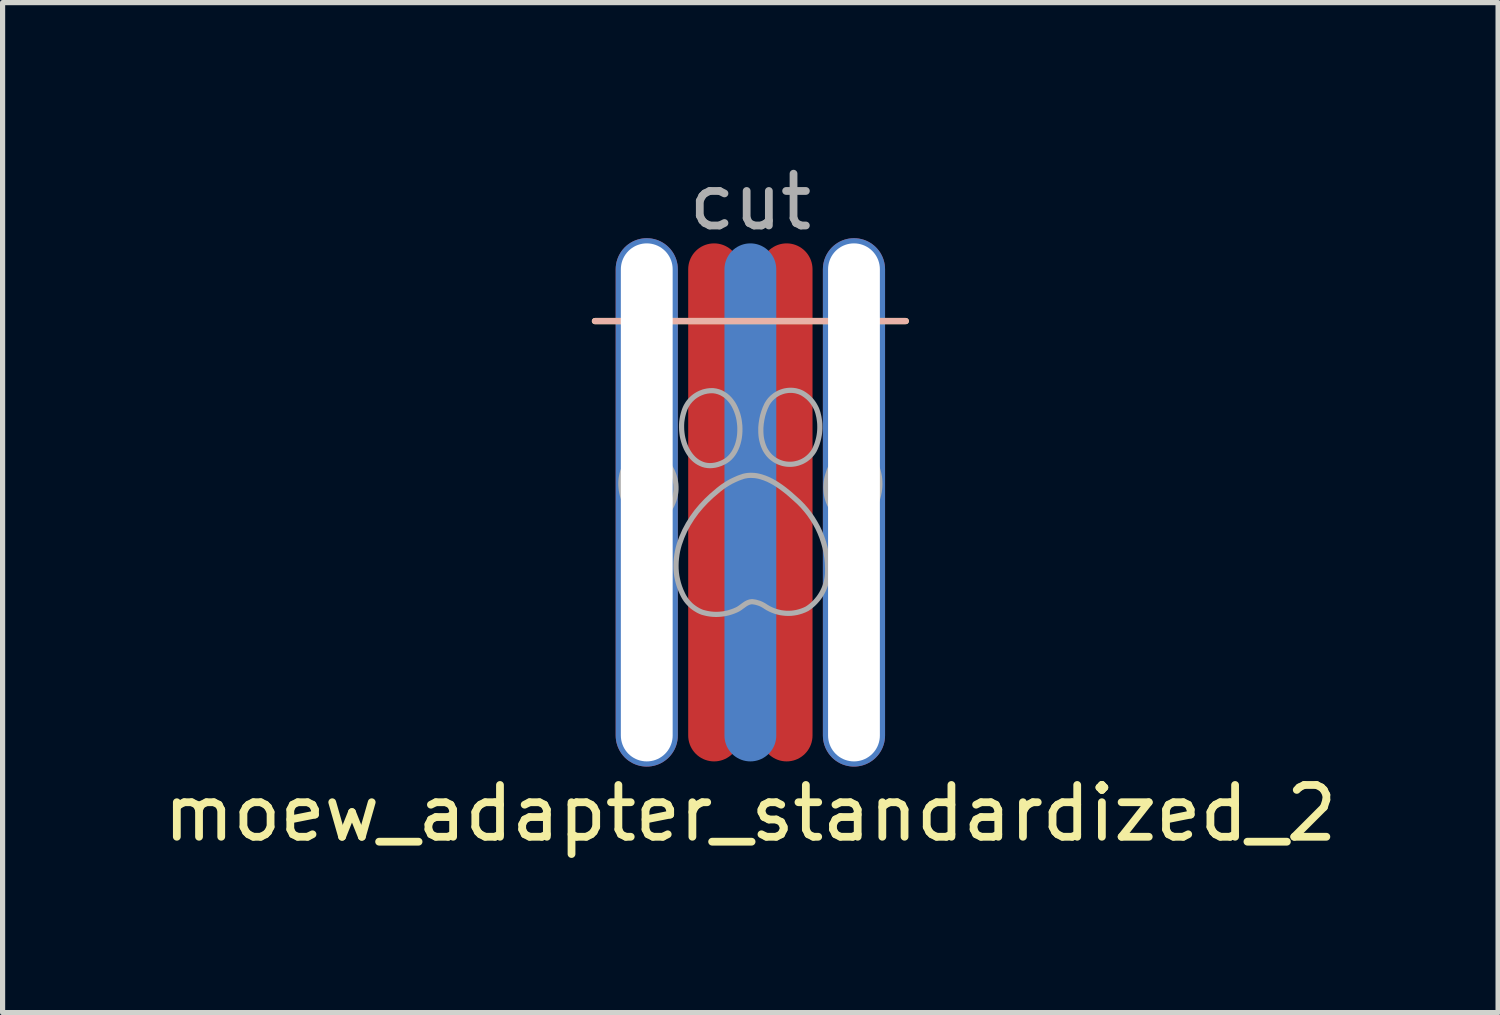
<source format=kicad_pcb>
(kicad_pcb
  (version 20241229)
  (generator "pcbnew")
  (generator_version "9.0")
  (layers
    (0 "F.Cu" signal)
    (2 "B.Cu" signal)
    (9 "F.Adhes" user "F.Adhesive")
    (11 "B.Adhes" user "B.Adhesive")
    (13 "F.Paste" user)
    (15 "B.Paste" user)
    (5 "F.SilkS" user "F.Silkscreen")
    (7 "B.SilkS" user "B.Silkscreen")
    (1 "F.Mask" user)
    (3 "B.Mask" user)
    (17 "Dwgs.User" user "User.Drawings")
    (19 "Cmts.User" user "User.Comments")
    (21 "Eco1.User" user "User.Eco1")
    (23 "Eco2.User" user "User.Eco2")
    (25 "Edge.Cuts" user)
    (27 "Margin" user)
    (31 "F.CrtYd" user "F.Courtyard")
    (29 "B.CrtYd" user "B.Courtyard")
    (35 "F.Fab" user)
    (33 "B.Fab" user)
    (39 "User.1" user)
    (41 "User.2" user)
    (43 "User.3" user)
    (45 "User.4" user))
  (footprint "moew_adapter_standardized_2"
    (layer "F.Cu")
    (at 11.435 6.648)
    (property "Reference" "moew_adapter_standardized_2" (at 0 6 0) (unlocked yes) (layer "F.SilkS") (effects (font (size 1 1) (thickness 0.15))))
    (attr smd)
    (fp_line (start -3 -3.5) (end 3 -3.5) (stroke (width 0.12) (type solid)) (layer "F.SilkS"))
    (fp_line (start 3 -3.5) (end -3 -3.5) (stroke (width 0.12) (type solid)) (layer "B.SilkS"))
    (fp_poly (pts (xy -1.283 -1.75) (xy -1.275 -1.774) (xy -1.267 -1.796) (xy -1.258 -1.818) (xy -1.248 -1.84) (xy -1.237 -1.861) (xy -1.225 -1.881) (xy -1.213 -1.901) (xy -1.2 -1.921) (xy -1.186 -1.939) (xy -1.171 -1.957) (xy -1.156 -1.975) (xy -1.139 -1.991) (xy -1.123 -2.007) (xy -1.105 -2.023) (xy -1.088 -2.037) (xy -1.069 -2.051) (xy -1.05 -2.064) (xy -1.03 -2.076) (xy -1.01 -2.088) (xy -0.99 -2.098) (xy -0.969 -2.108) (xy -0.947 -2.117) (xy -0.926 -2.125) (xy -0.904 -2.133) (xy -0.881 -2.139) (xy -0.858 -2.144) (xy -0.835 -2.149) (xy -0.812 -2.152) (xy -0.788 -2.155) (xy -0.764 -2.156) (xy -0.74 -2.157) (xy -0.716 -2.156) (xy -0.662 -2.148) (xy -0.611 -2.134) (xy -0.563 -2.115) (xy -0.518 -2.09) (xy -0.476 -2.062) (xy -0.436 -2.028) (xy -0.4 -1.991) (xy -0.367 -1.951) (xy -0.336 -1.907) (xy -0.309 -1.86) (xy -0.285 -1.81) (xy -0.264 -1.759) (xy -0.245 -1.705) (xy -0.23 -1.65) (xy -0.218 -1.594) (xy -0.21 -1.536) (xy -0.204 -1.479) (xy -0.202 -1.421) (xy -0.203 -1.363) (xy -0.207 -1.305) (xy -0.214 -1.249) (xy -0.225 -1.193) (xy -0.239 -1.139) (xy -0.256 -1.087) (xy -0.277 -1.037) (xy -0.301 -0.989) (xy -0.328 -0.945) (xy -0.359 -0.903) (xy -0.393 -0.865) (xy -0.431 -0.831) (xy -0.473 -0.801) (xy -0.517 -0.776) (xy -0.573 -0.751) (xy -0.627 -0.732) (xy -0.679 -0.719) (xy -0.73 -0.712) (xy -0.779 -0.709) (xy -0.826 -0.712) (xy -0.871 -0.719) (xy -0.915 -0.731) (xy -0.956 -0.748) (xy -0.996 -0.768) (xy -1.034 -0.792) (xy -1.069 -0.819) (xy -1.103 -0.85) (xy -1.134 -0.884) (xy -1.164 -0.921) (xy -1.191 -0.961) (xy -1.215 -1.002) (xy -1.238 -1.046) (xy -1.258 -1.092) (xy -1.276 -1.14) (xy -1.291 -1.189) (xy -1.304 -1.239) (xy -1.314 -1.29) (xy -1.321 -1.341) (xy -1.326 -1.393) (xy -1.328 -1.446) (xy -1.328 -1.498) (xy -1.325 -1.55) (xy -1.318 -1.601) (xy -1.309 -1.652) (xy -1.297 -1.702) (xy -1.283 -1.75)) (stroke (width 0.1) (type solid)) (fill no) (layer "F.Fab"))
    (fp_poly (pts (xy 1.502 -0.555) (xy 1.514 -0.593) (xy 1.528 -0.631) (xy 1.545 -0.667) (xy 1.564 -0.701) (xy 1.585 -0.734) (xy 1.609 -0.766) (xy 1.634 -0.796) (xy 1.661 -0.824) (xy 1.69 -0.85) (xy 1.72 -0.875) (xy 1.752 -0.897) (xy 1.786 -0.918) (xy 1.821 -0.936) (xy 1.857 -0.952) (xy 1.895 -0.966) (xy 1.933 -0.977) (xy 1.965 -0.982) (xy 1.997 -0.984) (xy 2.029 -0.984) (xy 2.061 -0.981) (xy 2.092 -0.977) (xy 2.123 -0.97) (xy 2.153 -0.961) (xy 2.182 -0.95) (xy 2.211 -0.937) (xy 2.238 -0.922) (xy 2.265 -0.906) (xy 2.29 -0.887) (xy 2.314 -0.866) (xy 2.337 -0.844) (xy 2.358 -0.82) (xy 2.378 -0.794) (xy 2.402 -0.758) (xy 2.423 -0.718) (xy 2.442 -0.677) (xy 2.458 -0.634) (xy 2.471 -0.589) (xy 2.482 -0.542) (xy 2.491 -0.495) (xy 2.496 -0.446) (xy 2.499 -0.397) (xy 2.5 -0.348) (xy 2.498 -0.298) (xy 2.493 -0.249) (xy 2.486 -0.199) (xy 2.476 -0.151) (xy 2.464 -0.103) (xy 2.45 -0.057) (xy 2.432 -0.012) (xy 2.413 0.031) (xy 2.391 0.073) (xy 2.366 0.112) (xy 2.339 0.149) (xy 2.309 0.183) (xy 2.277 0.214) (xy 2.243 0.241) (xy 2.206 0.266) (xy 2.167 0.286) (xy 2.125 0.303) (xy 2.081 0.315) (xy 2.035 0.323) (xy 1.986 0.326) (xy 1.935 0.324) (xy 1.881 0.316) (xy 1.845 0.308) (xy 1.811 0.298) (xy 1.779 0.286) (xy 1.748 0.271) (xy 1.719 0.255) (xy 1.691 0.237) (xy 1.665 0.217) (xy 1.641 0.195) (xy 1.618 0.172) (xy 1.597 0.147) (xy 1.577 0.122) (xy 1.559 0.094) (xy 1.543 0.066) (xy 1.528 0.037) (xy 1.514 0.006) (xy 1.502 -0.025) (xy 1.492 -0.057) (xy 1.482 -0.089) (xy 1.475 -0.122) (xy 1.469 -0.156) (xy 1.464 -0.19) (xy 1.461 -0.224) (xy 1.459 -0.258) (xy 1.458 -0.292) (xy 1.459 -0.326) (xy 1.461 -0.36) (xy 1.464 -0.394) (xy 1.469 -0.427) (xy 1.475 -0.46) (xy 1.483 -0.492) (xy 1.492 -0.524) (xy 1.502 -0.555)) (stroke (width 0.1) (type solid)) (fill no) (layer "F.Fab"))
    (fp_poly (pts (xy -2.156 0.29) (xy -2.191 0.27) (xy -2.225 0.246) (xy -2.257 0.22) (xy -2.288 0.192) (xy -2.316 0.161) (xy -2.343 0.128) (xy -2.368 0.093) (xy -2.39 0.056) (xy -2.411 0.017) (xy -2.43 -0.023) (xy -2.446 -0.064) (xy -2.461 -0.107) (xy -2.473 -0.15) (xy -2.483 -0.194) (xy -2.491 -0.238) (xy -2.496 -0.283) (xy -2.499 -0.328) (xy -2.5 -0.372) (xy -2.498 -0.417) (xy -2.494 -0.461) (xy -2.487 -0.504) (xy -2.478 -0.547) (xy -2.467 -0.588) (xy -2.452 -0.628) (xy -2.435 -0.667) (xy -2.415 -0.704) (xy -2.393 -0.739) (xy -2.368 -0.773) (xy -2.339 -0.804) (xy -2.309 -0.833) (xy -2.275 -0.859) (xy -2.238 -0.882) (xy -2.215 -0.893) (xy -2.192 -0.902) (xy -2.169 -0.911) (xy -2.146 -0.918) (xy -2.122 -0.924) (xy -2.099 -0.929) (xy -2.075 -0.933) (xy -2.051 -0.936) (xy -2.027 -0.938) (xy -2.004 -0.938) (xy -1.98 -0.938) (xy -1.956 -0.936) (xy -1.91 -0.93) (xy -1.864 -0.92) (xy -1.819 -0.905) (xy -1.775 -0.887) (xy -1.754 -0.876) (xy -1.734 -0.864) (xy -1.713 -0.852) (xy -1.694 -0.838) (xy -1.675 -0.824) (xy -1.656 -0.808) (xy -1.639 -0.792) (xy -1.621 -0.775) (xy -1.605 -0.757) (xy -1.589 -0.738) (xy -1.575 -0.718) (xy -1.56 -0.697) (xy -1.532 -0.651) (xy -1.508 -0.604) (xy -1.487 -0.555) (xy -1.47 -0.506) (xy -1.456 -0.455) (xy -1.446 -0.404) (xy -1.439 -0.353) (xy -1.436 -0.301) (xy -1.436 -0.249) (xy -1.44 -0.197) (xy -1.448 -0.146) (xy -1.459 -0.095) (xy -1.474 -0.044) (xy -1.493 0.005) (xy -1.515 0.054) (xy -1.54 0.101) (xy -1.55 0.115) (xy -1.56 0.129) (xy -1.571 0.143) (xy -1.582 0.156) (xy -1.593 0.169) (xy -1.605 0.181) (xy -1.617 0.193) (xy -1.63 0.205) (xy -1.643 0.216) (xy -1.657 0.226) (xy -1.67 0.237) (xy -1.684 0.246) (xy -1.699 0.256) (xy -1.714 0.264) (xy -1.729 0.273) (xy -1.744 0.281) (xy -1.768 0.293) (xy -1.793 0.304) (xy -1.818 0.313) (xy -1.844 0.321) (xy -1.87 0.327) (xy -1.896 0.331) (xy -1.922 0.334) (xy -1.949 0.336) (xy -1.975 0.335) (xy -2.002 0.334) (xy -2.028 0.33) (xy -2.054 0.325) (xy -2.08 0.319) (xy -2.106 0.311) (xy -2.131 0.301) (xy -2.156 0.29)) (stroke (width 0.1) (type solid)) (fill no) (layer "F.Fab"))
    (fp_poly (pts (xy 1.006 -2.107) (xy 1.035 -2.089) (xy 1.063 -2.07) (xy 1.089 -2.05) (xy 1.115 -2.029) (xy 1.139 -2.006) (xy 1.162 -1.982) (xy 1.184 -1.957) (xy 1.204 -1.931) (xy 1.223 -1.904) (xy 1.24 -1.876) (xy 1.256 -1.847) (xy 1.271 -1.818) (xy 1.284 -1.787) (xy 1.295 -1.756) (xy 1.305 -1.724) (xy 1.313 -1.691) (xy 1.323 -1.648) (xy 1.33 -1.604) (xy 1.336 -1.56) (xy 1.34 -1.516) (xy 1.341 -1.472) (xy 1.341 -1.428) (xy 1.339 -1.385) (xy 1.335 -1.341) (xy 1.329 -1.297) (xy 1.321 -1.254) (xy 1.311 -1.211) (xy 1.299 -1.169) (xy 1.286 -1.127) (xy 1.27 -1.086) (xy 1.253 -1.045) (xy 1.233 -1.005) (xy 1.219 -0.982) (xy 1.204 -0.96) (xy 1.188 -0.939) (xy 1.171 -0.919) (xy 1.153 -0.9) (xy 1.135 -0.882) (xy 1.116 -0.865) (xy 1.096 -0.849) (xy 1.075 -0.833) (xy 1.054 -0.819) (xy 1.032 -0.806) (xy 1.01 -0.794) (xy 0.987 -0.783) (xy 0.963 -0.774) (xy 0.94 -0.765) (xy 0.916 -0.757) (xy 0.891 -0.751) (xy 0.867 -0.745) (xy 0.842 -0.741) (xy 0.817 -0.738) (xy 0.791 -0.736) (xy 0.766 -0.735) (xy 0.74 -0.736) (xy 0.715 -0.737) (xy 0.689 -0.74) (xy 0.664 -0.744) (xy 0.639 -0.749) (xy 0.613 -0.756) (xy 0.588 -0.764) (xy 0.563 -0.773) (xy 0.539 -0.783) (xy 0.515 -0.795) (xy 0.48 -0.814) (xy 0.447 -0.836) (xy 0.417 -0.859) (xy 0.388 -0.884) (xy 0.362 -0.911) (xy 0.339 -0.939) (xy 0.317 -0.969) (xy 0.297 -1) (xy 0.279 -1.032) (xy 0.264 -1.066) (xy 0.25 -1.1) (xy 0.238 -1.136) (xy 0.228 -1.172) (xy 0.219 -1.209) (xy 0.212 -1.247) (xy 0.207 -1.285) (xy 0.204 -1.324) (xy 0.202 -1.363) (xy 0.202 -1.441) (xy 0.209 -1.52) (xy 0.221 -1.597) (xy 0.237 -1.673) (xy 0.259 -1.746) (xy 0.284 -1.815) (xy 0.314 -1.881) (xy 0.323 -1.899) (xy 0.334 -1.916) (xy 0.344 -1.933) (xy 0.356 -1.949) (xy 0.368 -1.965) (xy 0.38 -1.98) (xy 0.393 -1.995) (xy 0.407 -2.009) (xy 0.421 -2.023) (xy 0.436 -2.036) (xy 0.451 -2.048) (xy 0.466 -2.06) (xy 0.482 -2.072) (xy 0.498 -2.082) (xy 0.515 -2.092) (xy 0.532 -2.102) (xy 0.549 -2.111) (xy 0.567 -2.119) (xy 0.585 -2.126) (xy 0.603 -2.133) (xy 0.621 -2.139) (xy 0.64 -2.145) (xy 0.659 -2.15) (xy 0.678 -2.154) (xy 0.698 -2.157) (xy 0.717 -2.16) (xy 0.737 -2.162) (xy 0.757 -2.163) (xy 0.776 -2.163) (xy 0.797 -2.163) (xy 0.817 -2.162) (xy 0.837 -2.16) (xy 0.848 -2.158) (xy 0.859 -2.157) (xy 0.87 -2.155) (xy 0.881 -2.153) (xy 0.892 -2.15) (xy 0.903 -2.147) (xy 0.913 -2.144) (xy 0.924 -2.141) (xy 0.935 -2.138) (xy 0.945 -2.134) (xy 0.956 -2.13) (xy 0.966 -2.126) (xy 0.976 -2.121) (xy 0.986 -2.117) (xy 0.996 -2.112) (xy 1.006 -2.107)) (stroke (width 0.1) (type solid)) (fill no) (layer "F.Fab"))
    (fp_poly (pts (xy 0.036 1.917) (xy 0.03 1.917) (xy 0.019 1.918) (xy 0.008 1.92) (xy -0.003 1.921) (xy -0.013 1.924) (xy -0.023 1.927) (xy -0.033 1.93) (xy -0.043 1.934) (xy -0.053 1.938) (xy -0.072 1.948) (xy -0.09 1.958) (xy -0.108 1.97) (xy -0.126 1.983) (xy -0.196 2.034) (xy -0.214 2.046) (xy -0.233 2.058) (xy -0.252 2.068) (xy -0.261 2.073) (xy -0.271 2.077) (xy -0.31 2.094) (xy -0.35 2.109) (xy -0.39 2.122) (xy -0.431 2.134) (xy -0.472 2.143) (xy -0.513 2.151) (xy -0.554 2.156) (xy -0.596 2.16) (xy -0.638 2.162) (xy -0.68 2.162) (xy -0.722 2.16) (xy -0.764 2.156) (xy -0.806 2.15) (xy -0.847 2.142) (xy -0.888 2.132) (xy -0.929 2.121) (xy -0.961 2.108) (xy -0.991 2.094) (xy -1.021 2.078) (xy -1.049 2.061) (xy -1.077 2.043) (xy -1.104 2.023) (xy -1.13 2.003) (xy -1.155 1.981) (xy -1.178 1.957) (xy -1.201 1.933) (xy -1.222 1.908) (xy -1.243 1.881) (xy -1.261 1.854) (xy -1.279 1.825) (xy -1.295 1.796) (xy -1.31 1.766) (xy -1.341 1.698) (xy -1.367 1.63) (xy -1.389 1.561) (xy -1.406 1.492) (xy -1.42 1.423) (xy -1.429 1.354) (xy -1.434 1.284) (xy -1.435 1.215) (xy -1.433 1.146) (xy -1.427 1.078) (xy -1.418 1.009) (xy -1.406 0.941) (xy -1.39 0.873) (xy -1.371 0.806) (xy -1.324 0.674) (xy -1.267 0.545) (xy -1.2 0.42) (xy -1.124 0.299) (xy -1.04 0.183) (xy -0.948 0.073) (xy -0.851 -0.03) (xy -0.749 -0.127) (xy -0.643 -0.217) (xy -0.615 -0.241) (xy -0.586 -0.264) (xy -0.556 -0.287) (xy -0.526 -0.309) (xy -0.495 -0.33) (xy -0.464 -0.35) (xy -0.433 -0.369) (xy -0.4 -0.388) (xy -0.368 -0.406) (xy -0.335 -0.422) (xy -0.301 -0.438) (xy -0.267 -0.453) (xy -0.233 -0.468) (xy -0.198 -0.481) (xy -0.163 -0.493) (xy -0.128 -0.505) (xy -0.094 -0.512) (xy -0.059 -0.518) (xy -0.025 -0.521) (xy 0.009 -0.522) (xy 0.043 -0.521) (xy 0.077 -0.519) (xy 0.111 -0.515) (xy 0.145 -0.509) (xy 0.178 -0.501) (xy 0.212 -0.492) (xy 0.278 -0.47) (xy 0.344 -0.443) (xy 0.408 -0.411) (xy 0.471 -0.376) (xy 0.532 -0.337) (xy 0.592 -0.296) (xy 0.65 -0.253) (xy 0.706 -0.209) (xy 0.759 -0.165) (xy 0.859 -0.076) (xy 0.936 -0.006) (xy 1.008 0.067) (xy 1.076 0.145) (xy 1.139 0.225) (xy 1.197 0.309) (xy 1.25 0.396) (xy 1.299 0.485) (xy 1.342 0.578) (xy 1.38 0.672) (xy 1.412 0.768) (xy 1.44 0.866) (xy 1.461 0.966) (xy 1.477 1.067) (xy 1.488 1.17) (xy 1.492 1.273) (xy 1.491 1.377) (xy 1.486 1.428) (xy 1.478 1.479) (xy 1.467 1.529) (xy 1.454 1.578) (xy 1.438 1.626) (xy 1.419 1.673) (xy 1.397 1.719) (xy 1.373 1.763) (xy 1.346 1.806) (xy 1.317 1.847) (xy 1.285 1.886) (xy 1.251 1.924) (xy 1.215 1.96) (xy 1.176 1.994) (xy 1.136 2.025) (xy 1.093 2.054) (xy 1.045 2.077) (xy 0.996 2.096) (xy 0.946 2.112) (xy 0.895 2.125) (xy 0.843 2.134) (xy 0.792 2.14) (xy 0.74 2.142) (xy 0.688 2.141) (xy 0.636 2.136) (xy 0.585 2.129) (xy 0.534 2.117) (xy 0.484 2.103) (xy 0.435 2.085) (xy 0.387 2.064) (xy 0.34 2.04) (xy 0.294 2.012) (xy 0.28 2.002) (xy 0.265 1.993) (xy 0.25 1.984) (xy 0.235 1.976) (xy 0.219 1.968) (xy 0.204 1.96) (xy 0.188 1.954) (xy 0.171 1.947) (xy 0.155 1.942) (xy 0.138 1.937) (xy 0.122 1.932) (xy 0.105 1.928) (xy 0.088 1.924) (xy 0.071 1.922) (xy 0.053 1.919) (xy 0.036 1.917)) (stroke (width 0.1) (type solid)) (fill no) (layer "F.Fab"))
    (fp_text user "cut" (at 0 -5.8 0) (unlocked yes) (layer "F.Fab") (effects (font (size 1 1) (thickness 0.15))))
    (pad "1" smd oval (at 0 0) (size 1 10) (layers "B.Cu" "B.Mask"))
    (pad "2" thru_hole oval (at -2 0) (size 1.2 10.2) (drill oval 1 10) (layers "*.Cu" "B.Mask"))
    (pad "3" smd oval (at -0.7 0) (size 1 10) (layers "F.Cu" "F.Mask"))
    (pad "4" smd oval (at 0.7 0) (size 1 10) (layers "F.Cu" "F.Mask"))
    (pad "5" thru_hole oval (at 2 0) (size 1.2 10.2) (drill oval 1 10) (layers "*.Cu" "B.Mask")))
  (gr_rect
    (start -3 -3)
    (end 25.869 16.497)
    (stroke (width 0.1) (type default))
    (fill no)
    (layer "Edge.Cuts")))
</source>
